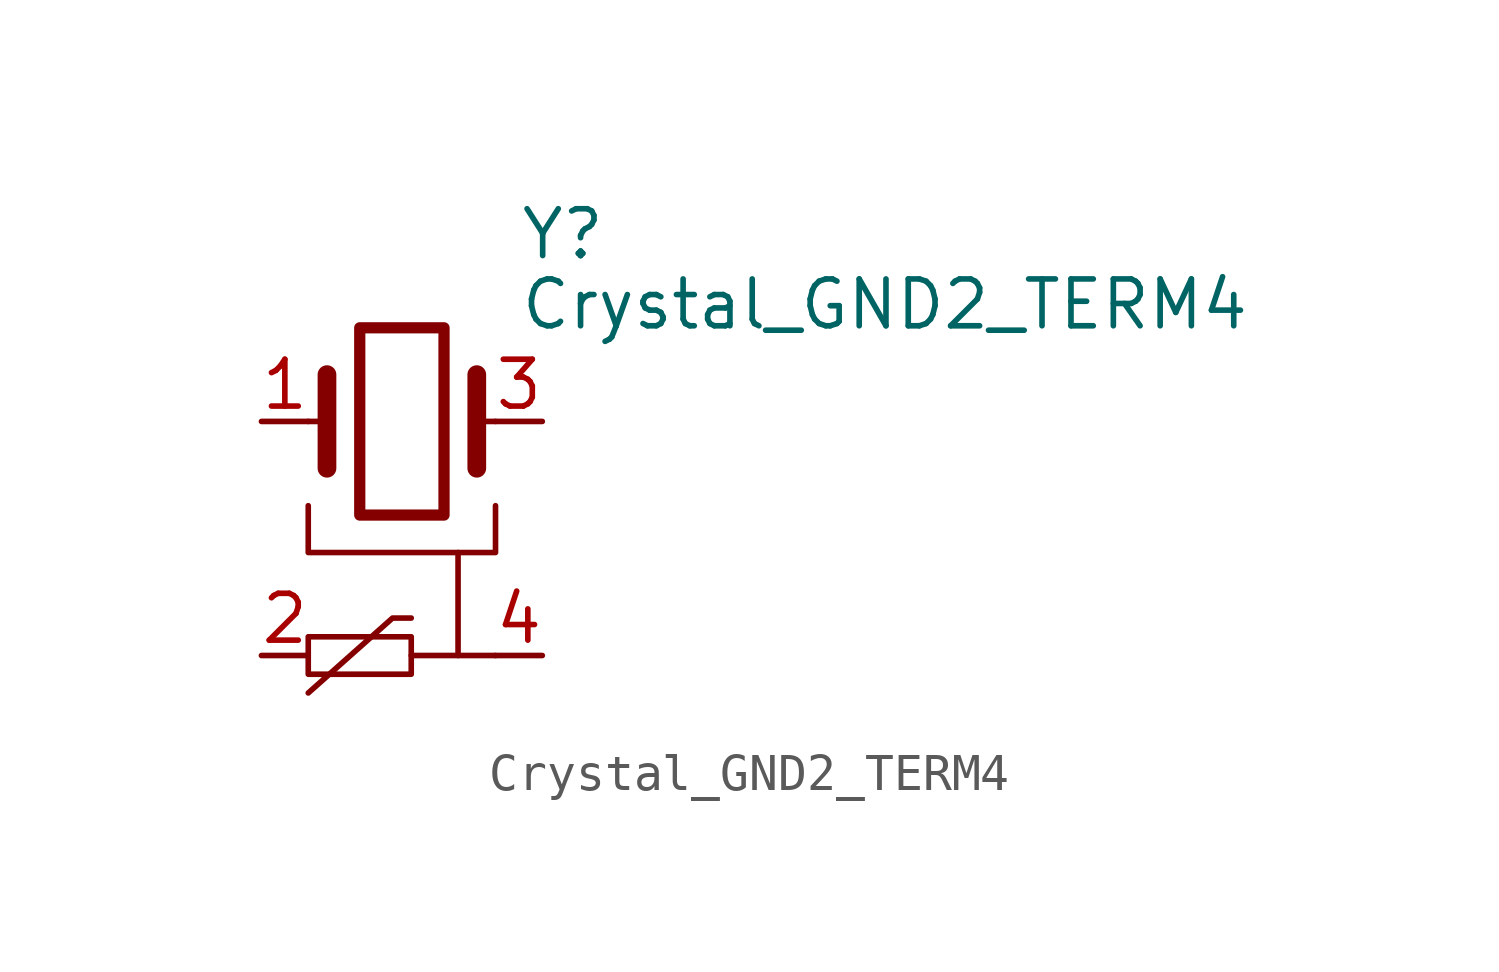
<source format=kicad_sym>
(kicad_symbol_lib
  (version 20231120)
  (generator "kicad_symbol_editor")
  (generator_version "8.0")
  (symbol "Crystal_GND2_TERM4"
    (pin_names
      (offset 1.016) hide)
    (property "Reference" "Y"
      (at 3.175 5.08 0)
      (effects (font (size 1.27 1.27)) (justify left)))
    (property "Value" "Crystal_GND2_TERM4"
      (at 3.175 3.175 0)
      (effects (font (size 1.27 1.27)) (justify left)))
    (symbol "Crystal_GND2_TERM4_0_1"
      (rectangle (start -2.54 -5.842) (end 0.254 -6.858) (stroke (width 0) (type default)) (fill (type none)))
      (rectangle (start -1.143 2.54) (end 1.143 -2.54) (stroke (width 0.305) (type default)) (fill (type none)))
      (polyline (pts (xy -2.54 0) (xy -2.032 0)) (stroke (width 0) (type default)) (fill (type none)))
      (polyline (pts (xy -2.032 -1.27) (xy -2.032 1.27)) (stroke (width 0.508) (type default)) (fill (type none)))
      (polyline (pts (xy 1.524 -6.35) (xy 1.524 -3.556)) (stroke (width 0) (type default)) (fill (type none)))
      (polyline (pts (xy 2.032 -1.27) (xy 2.032 1.27)) (stroke (width 0.508) (type default)) (fill (type none)))
      (polyline (pts (xy 2.032 0) (xy 2.54 0)) (stroke (width 0) (type default)) (fill (type none)))
      (polyline (pts (xy 2.54 -6.35) (xy 0.254 -6.35)) (stroke (width 0) (type default)) (fill (type none)))
      (polyline (pts (xy -2.54 -7.366) (xy -0.254 -5.334) (xy 0.254 -5.334)) (stroke (width 0) (type default)) (fill (type none)))
      (polyline (pts (xy -2.54 -2.286) (xy -2.54 -3.556) (xy 2.54 -3.556) (xy 2.54 -2.286)) (stroke (width 0) (type default)) (fill (type none))))
    (symbol "Crystal_GND2_TERM4_1_1"
      (pin passive line (at -3.81 0 0) (length 1.27) (name "1" (effects (font (size 1.27 1.27)))) (number "1" (effects (font (size 1.27 1.27)))))
      (pin passive line (at -3.81 -6.35 0) (length 1.27) (name "2" (effects (font (size 1.27 1.27)))) (number "2" (effects (font (size 1.27 1.27)))))
      (pin passive line (at 3.81 0 180) (length 1.27) (name "3" (effects (font (size 1.27 1.27)))) (number "3" (effects (font (size 1.27 1.27)))))
      (pin passive line (at 3.81 -6.35 180) (length 1.27) (name "4" (effects (font (size 1.27 1.27)))) (number "4" (effects (font (size 1.27 1.27))))))))
</source>
